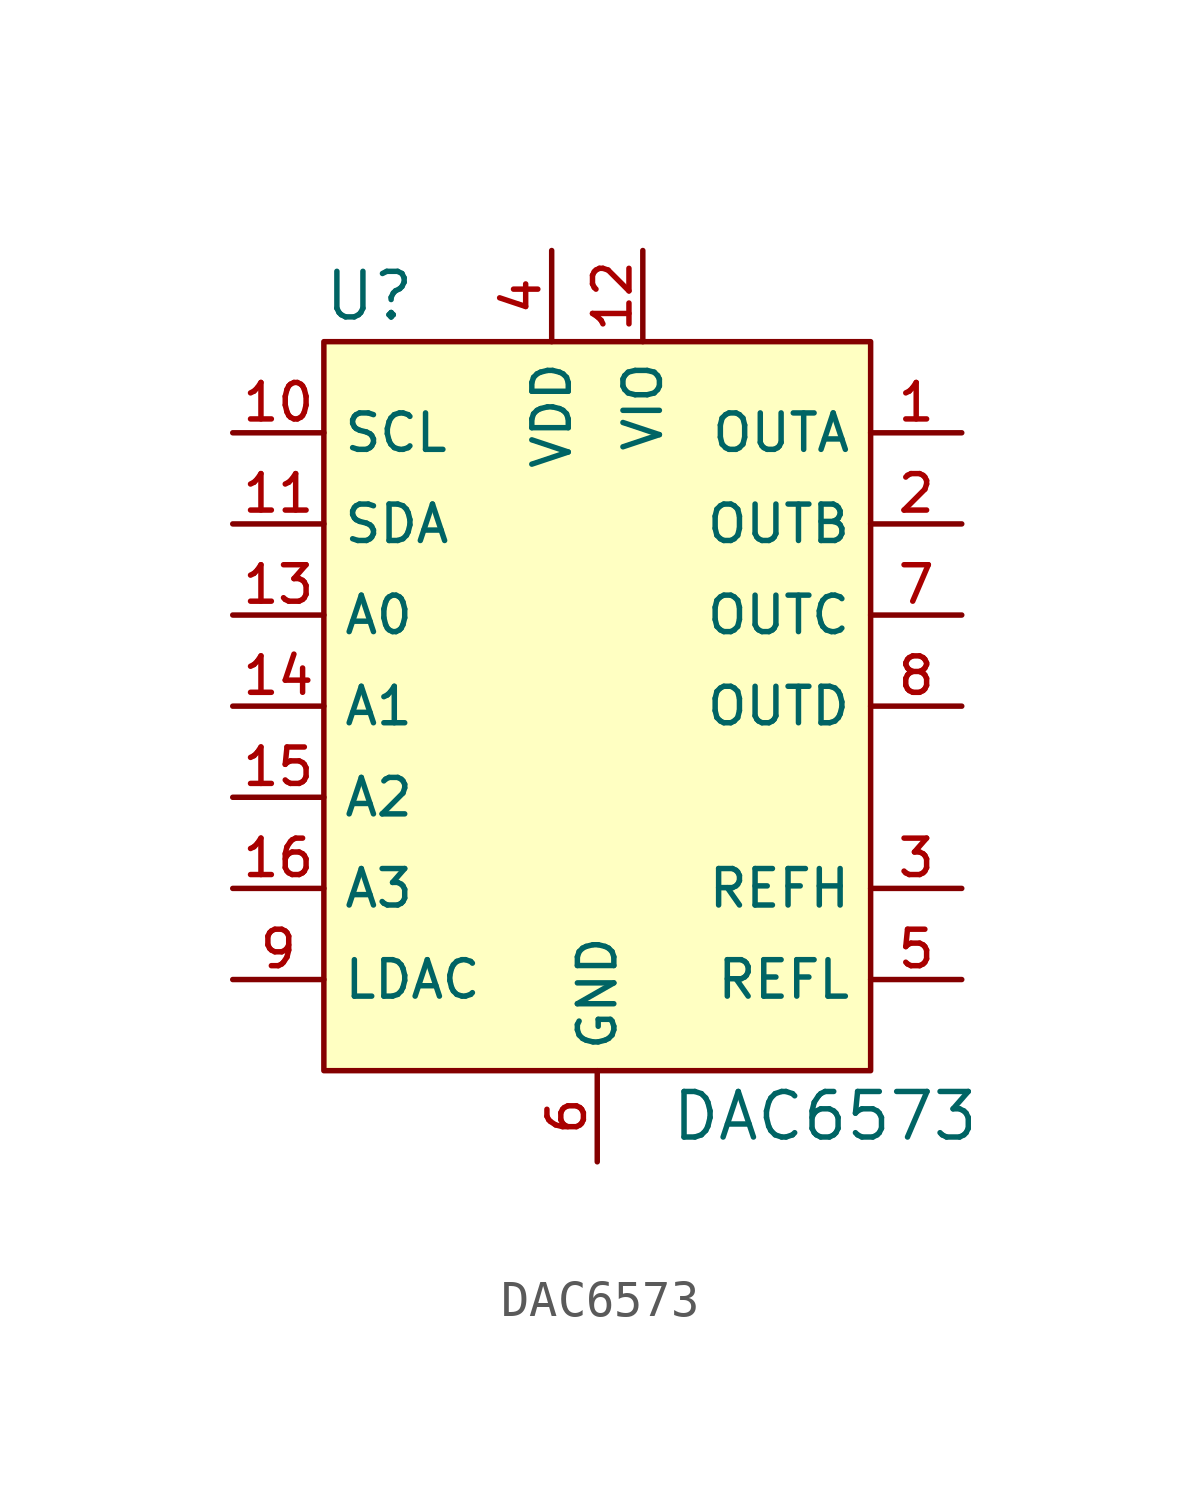
<source format=kicad_sym>
(kicad_symbol_lib
  (version 20211014)
  (generator kicad_symbol_editor)
  (symbol "DAC6573"
    (property "Reference" "U"
      (at 3.81 3.81 0)
      (effects (font (size 1.27 1.27))))
    (property "Value" "DAC6573"
      (at 16.51 -19.05 0)
      (effects (font (size 1.27 1.27))))
    (symbol "DAC6573_0_0"
      (pin bidirectional line (at 0 -2.54 0) (length 2.54) (name "SDA" (effects (font (size 1.016 1.016)))) (number "11" (effects (font (size 1.016 1.016)))))
      (pin power_in line (at 11.43 5.08 270) (length 2.54) (name "VIO" (effects (font (size 1.016 1.016)))) (number "12" (effects (font (size 1.016 1.016)))))
      (pin input line (at 0 -5.08 0) (length 2.54) (name "A0" (effects (font (size 1.016 1.016)))) (number "13" (effects (font (size 1.016 1.016)))))
      (pin input line (at 0 -7.62 0) (length 2.54) (name "A1" (effects (font (size 1.016 1.016)))) (number "14" (effects (font (size 1.016 1.016)))))
      (pin input line (at 0 -10.16 0) (length 2.54) (name "A2" (effects (font (size 1.016 1.016)))) (number "15" (effects (font (size 1.016 1.016)))))
      (pin input line (at 0 -12.7 0) (length 2.54) (name "A3" (effects (font (size 1.016 1.016)))) (number "16" (effects (font (size 1.016 1.016))))))
    (symbol "DAC6573_0_1"
      (rectangle (start 2.54 2.54) (end 17.78 -17.78) (stroke (width 0) (type default) (color 0 0 0 0)) (fill (type background))))
    (symbol "DAC6573_1_1"
      (pin output line (at 20.32 0 180) (length 2.54) (name "OUTA" (effects (font (size 1.016 1.016)))) (number "1" (effects (font (size 1.016 1.016)))))
      (pin input line (at 0 0 0) (length 2.54) (name "SCL" (effects (font (size 1.016 1.016)))) (number "10" (effects (font (size 1.016 1.016)))))
      (pin output line (at 20.32 -2.54 180) (length 2.54) (name "OUTB" (effects (font (size 1.016 1.016)))) (number "2" (effects (font (size 1.016 1.016)))))
      (pin input line (at 20.32 -12.7 180) (length 2.54) (name "REFH" (effects (font (size 1.016 1.016)))) (number "3" (effects (font (size 1.016 1.016)))))
      (pin power_in line (at 8.89 5.08 270) (length 2.54) (name "VDD" (effects (font (size 1.016 1.016)))) (number "4" (effects (font (size 1.016 1.016)))))
      (pin input line (at 20.32 -15.24 180) (length 2.54) (name "REFL" (effects (font (size 1.016 1.016)))) (number "5" (effects (font (size 1.016 1.016)))))
      (pin power_in line (at 10.16 -20.32 90) (length 2.54) (name "GND" (effects (font (size 1.016 1.016)))) (number "6" (effects (font (size 1.016 1.016)))))
      (pin output line (at 20.32 -5.08 180) (length 2.54) (name "OUTC" (effects (font (size 1.016 1.016)))) (number "7" (effects (font (size 1.016 1.016)))))
      (pin output line (at 20.32 -7.62 180) (length 2.54) (name "OUTD" (effects (font (size 1.016 1.016)))) (number "8" (effects (font (size 1.016 1.016)))))
      (pin input line (at 0 -15.24 0) (length 2.54) (name "LDAC" (effects (font (size 1.016 1.016)))) (number "9" (effects (font (size 1.016 1.016))))))))
</source>
